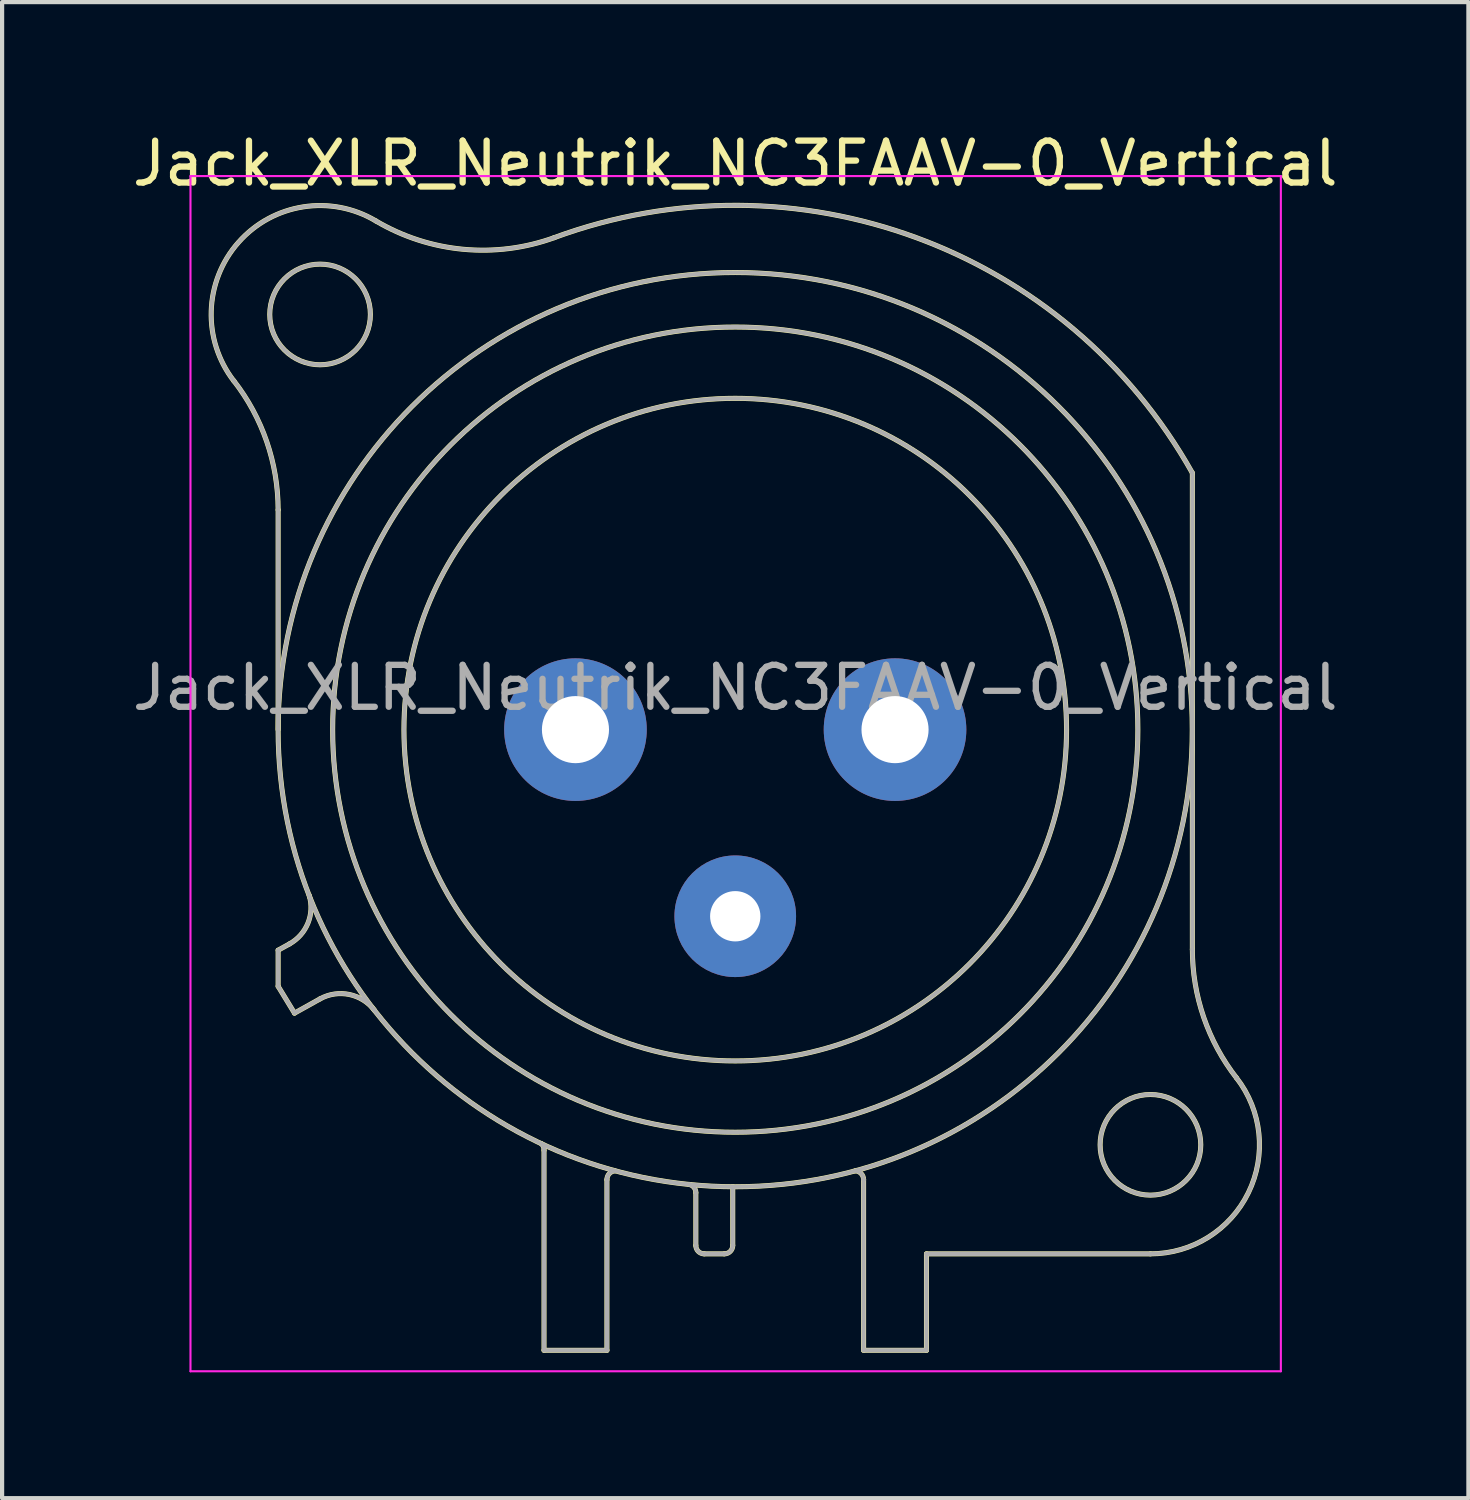
<source format=kicad_pcb>
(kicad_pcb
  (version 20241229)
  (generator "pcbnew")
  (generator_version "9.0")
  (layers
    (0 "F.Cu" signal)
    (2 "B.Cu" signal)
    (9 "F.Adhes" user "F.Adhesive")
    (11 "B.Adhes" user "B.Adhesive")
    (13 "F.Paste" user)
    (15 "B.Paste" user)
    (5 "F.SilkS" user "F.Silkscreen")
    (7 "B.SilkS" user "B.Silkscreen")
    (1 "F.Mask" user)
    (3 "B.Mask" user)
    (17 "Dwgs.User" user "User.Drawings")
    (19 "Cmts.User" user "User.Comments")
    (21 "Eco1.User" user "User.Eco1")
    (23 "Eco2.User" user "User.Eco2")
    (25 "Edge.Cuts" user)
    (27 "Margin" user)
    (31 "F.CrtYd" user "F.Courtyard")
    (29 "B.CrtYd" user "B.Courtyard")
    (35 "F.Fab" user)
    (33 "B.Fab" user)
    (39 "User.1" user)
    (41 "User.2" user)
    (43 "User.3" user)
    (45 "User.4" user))
  (footprint "Jack_XLR_Neutrik_NC3FAAV-0_Vertical"
    (layer "F.Cu")
    (at 18.292 14.348)
    (property "Reference" "Jack_XLR_Neutrik_NC3FAAV-0_Vertical" (at -3.81 -13.5 0) (layer "F.SilkS") (effects (font (size 1 1) (thickness 0.15))))
    (attr through_hole)
    (fp_line (start -14.71 0) (end -14.71 -5.24) (stroke (width 0.12) (type solid)) (layer "F.SilkS"))
    (fp_line (start -14.71 5.26) (end -14.44 5.11) (stroke (width 0.12) (type solid)) (layer "F.SilkS"))
    (fp_line (start -14.71 6.12) (end -14.71 5.26) (stroke (width 0.12) (type solid)) (layer "F.SilkS"))
    (fp_line (start -14.32 6.76) (end -14.71 6.12) (stroke (width 0.12) (type solid)) (layer "F.SilkS"))
    (fp_line (start -13.71 6.42) (end -14.32 6.76) (stroke (width 0.12) (type solid)) (layer "F.SilkS"))
    (fp_line (start -8.37 10.03) (end -8.37 14.8) (stroke (width 0.12) (type solid)) (layer "F.SilkS"))
    (fp_line (start -6.87 14.8) (end -8.37 14.8) (stroke (width 0.12) (type solid)) (layer "F.SilkS"))
    (fp_line (start -6.87 14.8) (end -6.87 10.73) (stroke (width 0.12) (type solid)) (layer "F.SilkS"))
    (fp_line (start -4.75 11.04) (end -4.75 12.3) (stroke (width 0.12) (type solid)) (layer "F.SilkS"))
    (fp_line (start -4.07 12.5) (end -4.55 12.5) (stroke (width 0.12) (type solid)) (layer "F.SilkS"))
    (fp_line (start -3.87 10.9) (end -3.87 12.3) (stroke (width 0.12) (type solid)) (layer "F.SilkS"))
    (fp_line (start -0.75 10.73) (end -0.75 10.73) (stroke (width 0.12) (type solid)) (layer "F.SilkS"))
    (fp_line (start -0.75 14.8) (end -0.75 10.73) (stroke (width 0.12) (type solid)) (layer "F.SilkS"))
    (fp_line (start 0.75 12.5) (end 6.09 12.5) (stroke (width 0.12) (type solid)) (layer "F.SilkS"))
    (fp_line (start 0.75 14.8) (end -0.75 14.8) (stroke (width 0.12) (type solid)) (layer "F.SilkS"))
    (fp_line (start 0.75 14.8) (end 0.75 12.5) (stroke (width 0.12) (type solid)) (layer "F.SilkS"))
    (fp_line (start 7.09 5.24) (end 7.09 -6.12) (stroke (width 0.12) (type solid)) (layer "F.SilkS"))
    (fp_arc (start -15.766689 -8.317569) (mid -14.98153 -6.866962) (end -14.71 -5.24) (stroke (width 0.12) (type solid)) (layer "F.SilkS"))
    (fp_arc (start -15.761979 -8.309032) (mid -15.65429 -11.620911) (end -12.38 -12.13) (stroke (width 0.12) (type solid)) (layer "F.SilkS"))
    (fp_arc (start -13.969214 3.951372) (mid -13.999461 4.614043) (end -14.44 5.11) (stroke (width 0.12) (type solid)) (layer "F.SilkS"))
    (fp_arc (start -13.71 6.42) (mid -13.01025 6.315915) (end -12.412202 6.693832) (stroke (width 0.12) (type solid)) (layer "F.SilkS"))
    (fp_arc (start -8.436364 9.870864) (mid -8.385177 9.942924) (end -8.37 10.03) (stroke (width 0.12) (type solid)) (layer "F.SilkS"))
    (fp_arc (start -8.12905 -11.730738) (mid 0.51404 -11.7289) (end 7.09 -6.12) (stroke (width 0.12) (type solid)) (layer "F.SilkS"))
    (fp_arc (start -8.118081 -11.733841) (mid -10.293498 -11.453642) (end -12.38 -12.13) (stroke (width 0.12) (type solid)) (layer "F.SilkS"))
    (fp_arc (start -6.87 10.73) (mid -6.814828 10.588126) (end -6.678303 10.520799) (stroke (width 0.12) (type solid)) (layer "F.SilkS"))
    (fp_arc (start -4.908418 10.84437) (mid -4.794571 10.914136) (end -4.75 11.04) (stroke (width 0.12) (type solid)) (layer "F.SilkS"))
    (fp_arc (start -4.55 12.5) (mid -4.691421 12.441421) (end -4.75 12.3) (stroke (width 0.12) (type solid)) (layer "F.SilkS"))
    (fp_arc (start -3.87 12.3) (mid -3.928579 12.441421) (end -4.07 12.5) (stroke (width 0.12) (type solid)) (layer "F.SilkS"))
    (fp_arc (start -0.949009 10.520288) (mid -0.807671 10.585446) (end -0.75 10.73) (stroke (width 0.12) (type solid)) (layer "F.SilkS"))
    (fp_arc (start 8.141619 8.302858) (mid 8.42587 11.041804) (end 6.09 12.5) (stroke (width 0.12) (type solid)) (layer "F.SilkS"))
    (fp_arc (start 8.14247 8.305283) (mid 7.360446 6.860467) (end 7.09 5.24) (stroke (width 0.12) (type solid)) (layer "F.SilkS"))
    (fp_circle (center -13.71 -9.9) (end -12.51 -9.9) (stroke (width 0.12) (type solid)) (fill no) (layer "F.SilkS"))
    (fp_circle (center -3.81 0) (end 4.09 0) (stroke (width 0.12) (type solid)) (fill no) (layer "F.SilkS"))
    (fp_circle (center -3.81 0) (end 5.79 0) (stroke (width 0.12) (type solid)) (fill no) (layer "F.SilkS"))
    (fp_circle (center -3.81 0) (end 7.09 0) (stroke (width 0.12) (type solid)) (fill no) (layer "F.SilkS"))
    (fp_circle (center 6.09 9.9) (end 7.29 9.9) (stroke (width 0.12) (type solid)) (fill no) (layer "F.SilkS"))
    (fp_line (start -16.8 -13.2) (end 9.2 -13.2) (stroke (width 0.05) (type solid)) (layer "F.CrtYd"))
    (fp_line (start -16.8 15.3) (end -16.8 -13.2) (stroke (width 0.05) (type solid)) (layer "F.CrtYd"))
    (fp_line (start 9.2 -13.2) (end 9.2 15.3) (stroke (width 0.05) (type solid)) (layer "F.CrtYd"))
    (fp_line (start 9.2 15.3) (end -16.8 15.3) (stroke (width 0.05) (type solid)) (layer "F.CrtYd"))
    (fp_line (start -14.71 0) (end -14.71 -5.24) (stroke (width 0.1) (type solid)) (layer "F.Fab"))
    (fp_line (start -14.71 5.26) (end -14.44 5.11) (stroke (width 0.1) (type solid)) (layer "F.Fab"))
    (fp_line (start -14.71 6.12) (end -14.71 5.26) (stroke (width 0.1) (type solid)) (layer "F.Fab"))
    (fp_line (start -14.32 6.76) (end -14.71 6.12) (stroke (width 0.1) (type solid)) (layer "F.Fab"))
    (fp_line (start -13.71 6.42) (end -14.32 6.76) (stroke (width 0.1) (type solid)) (layer "F.Fab"))
    (fp_line (start -8.37 10.03) (end -8.37 14.8) (stroke (width 0.1) (type solid)) (layer "F.Fab"))
    (fp_line (start -6.87 14.8) (end -8.37 14.8) (stroke (width 0.1) (type solid)) (layer "F.Fab"))
    (fp_line (start -6.87 14.8) (end -6.87 10.73) (stroke (width 0.1) (type solid)) (layer "F.Fab"))
    (fp_line (start -4.75 11.04) (end -4.75 12.3) (stroke (width 0.1) (type solid)) (layer "F.Fab"))
    (fp_line (start -4.07 12.5) (end -4.55 12.5) (stroke (width 0.1) (type solid)) (layer "F.Fab"))
    (fp_line (start -3.87 10.9) (end -3.87 12.3) (stroke (width 0.1) (type solid)) (layer "F.Fab"))
    (fp_line (start -0.75 10.73) (end -0.75 10.73) (stroke (width 0.1) (type solid)) (layer "F.Fab"))
    (fp_line (start -0.75 14.8) (end -0.75 10.73) (stroke (width 0.1) (type solid)) (layer "F.Fab"))
    (fp_line (start 0.75 12.5) (end 6.09 12.5) (stroke (width 0.1) (type solid)) (layer "F.Fab"))
    (fp_line (start 0.75 14.8) (end -0.75 14.8) (stroke (width 0.1) (type solid)) (layer "F.Fab"))
    (fp_line (start 0.75 14.8) (end 0.75 12.5) (stroke (width 0.1) (type solid)) (layer "F.Fab"))
    (fp_line (start 7.09 5.24) (end 7.09 -6.12) (stroke (width 0.1) (type solid)) (layer "F.Fab"))
    (fp_arc (start -15.766689 -8.317569) (mid -14.98153 -6.866962) (end -14.71 -5.24) (stroke (width 0.1) (type solid)) (layer "F.Fab"))
    (fp_arc (start -15.761979 -8.309032) (mid -15.65429 -11.620911) (end -12.38 -12.13) (stroke (width 0.1) (type solid)) (layer "F.Fab"))
    (fp_arc (start -13.969214 3.951372) (mid -13.999461 4.614043) (end -14.44 5.11) (stroke (width 0.1) (type solid)) (layer "F.Fab"))
    (fp_arc (start -13.71 6.42) (mid -13.01025 6.315915) (end -12.412202 6.693832) (stroke (width 0.1) (type solid)) (layer "F.Fab"))
    (fp_arc (start -8.436364 9.870864) (mid -8.385177 9.942924) (end -8.37 10.03) (stroke (width 0.1) (type solid)) (layer "F.Fab"))
    (fp_arc (start -8.12905 -11.730738) (mid 0.51404 -11.7289) (end 7.09 -6.12) (stroke (width 0.1) (type solid)) (layer "F.Fab"))
    (fp_arc (start -8.118081 -11.733841) (mid -10.293498 -11.453642) (end -12.38 -12.13) (stroke (width 0.1) (type solid)) (layer "F.Fab"))
    (fp_arc (start -6.87 10.73) (mid -6.814828 10.588126) (end -6.678303 10.520799) (stroke (width 0.1) (type solid)) (layer "F.Fab"))
    (fp_arc (start -4.908418 10.84437) (mid -4.794571 10.914136) (end -4.75 11.04) (stroke (width 0.1) (type solid)) (layer "F.Fab"))
    (fp_arc (start -4.55 12.5) (mid -4.691421 12.441421) (end -4.75 12.3) (stroke (width 0.1) (type solid)) (layer "F.Fab"))
    (fp_arc (start -3.87 12.3) (mid -3.928579 12.441421) (end -4.07 12.5) (stroke (width 0.1) (type solid)) (layer "F.Fab"))
    (fp_arc (start -0.949009 10.520288) (mid -0.807671 10.585446) (end -0.75 10.73) (stroke (width 0.1) (type solid)) (layer "F.Fab"))
    (fp_arc (start 8.141619 8.302858) (mid 8.42587 11.041804) (end 6.09 12.5) (stroke (width 0.1) (type solid)) (layer "F.Fab"))
    (fp_arc (start 8.14247 8.305283) (mid 7.360446 6.860467) (end 7.09 5.24) (stroke (width 0.1) (type solid)) (layer "F.Fab"))
    (fp_circle (center -13.71 -9.9) (end -12.51 -9.9) (stroke (width 0.1) (type solid)) (fill no) (layer "F.Fab"))
    (fp_circle (center -3.81 0) (end 4.09 0) (stroke (width 0.1) (type solid)) (fill no) (layer "F.Fab"))
    (fp_circle (center -3.81 0) (end 5.79 0) (stroke (width 0.1) (type solid)) (fill no) (layer "F.Fab"))
    (fp_circle (center -3.81 0) (end 7.09 0) (stroke (width 0.1) (type solid)) (fill no) (layer "F.Fab"))
    (fp_circle (center 6.09 9.9) (end 7.29 9.9) (stroke (width 0.1) (type solid)) (fill no) (layer "F.Fab"))
    (fp_text user "${REFERENCE}" (at -3.81 -1 0) (layer "F.Fab") (effects (font (size 1 1) (thickness 0.15))))
    (pad "1" thru_hole circle (at 0 0) (size 3.4 3.4) (drill 1.6) (layers "*.Cu" "*.Mask"))
    (pad "2" thru_hole circle (at -7.62 0) (size 3.4 3.4) (drill 1.6) (layers "*.Cu" "*.Mask"))
    (pad "3" thru_hole circle (at -3.81 4.45) (size 2.9 2.9) (drill 1.2) (layers "*.Cu" "*.Mask")))
  (gr_rect
    (start -3 -3)
    (end 31.964 32.673)
    (stroke (width 0.1) (type default))
    (fill no)
    (layer "Edge.Cuts")))
</source>
